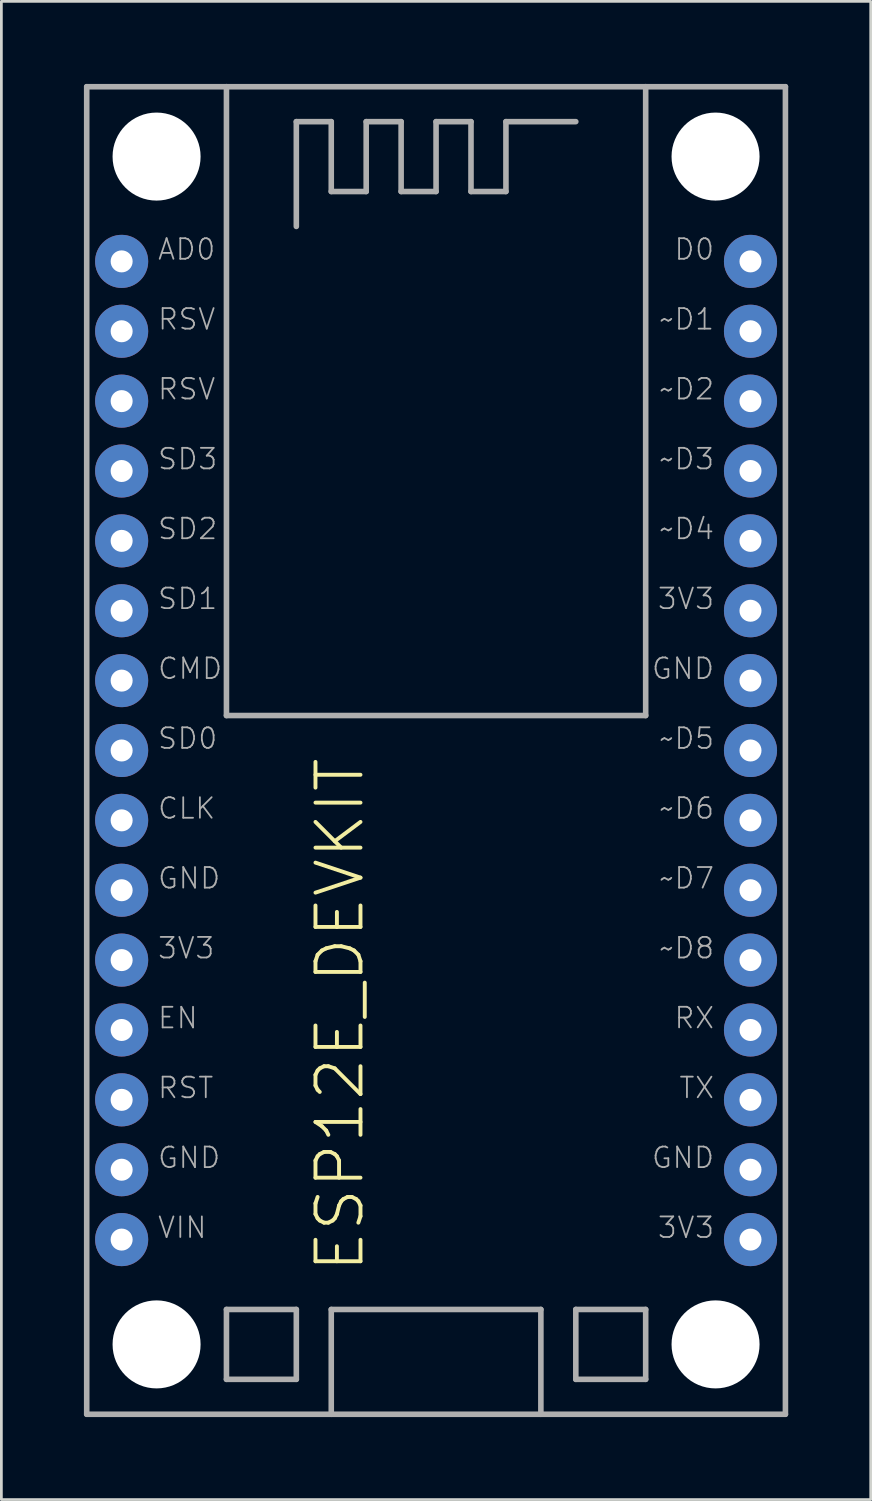
<source format=kicad_pcb>
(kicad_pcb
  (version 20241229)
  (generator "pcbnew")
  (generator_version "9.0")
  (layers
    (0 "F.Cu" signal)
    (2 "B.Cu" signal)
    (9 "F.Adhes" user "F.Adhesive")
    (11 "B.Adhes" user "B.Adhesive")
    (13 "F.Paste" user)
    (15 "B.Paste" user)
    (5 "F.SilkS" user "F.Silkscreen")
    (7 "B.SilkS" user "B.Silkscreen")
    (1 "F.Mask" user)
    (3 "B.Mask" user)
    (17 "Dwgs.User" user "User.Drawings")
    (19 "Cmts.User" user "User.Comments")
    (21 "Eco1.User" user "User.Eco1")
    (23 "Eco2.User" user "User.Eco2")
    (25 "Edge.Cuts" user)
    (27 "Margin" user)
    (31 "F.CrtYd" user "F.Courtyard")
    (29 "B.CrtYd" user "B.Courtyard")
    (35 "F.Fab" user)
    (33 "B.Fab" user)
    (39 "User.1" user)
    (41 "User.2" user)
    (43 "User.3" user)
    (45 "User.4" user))
  (footprint "ESP12E_DEVKIT"
    (layer "F.Cu")
    (at 12.802 24.232)
    (property "Reference" "ESP12E_DEVKIT" (at -2.54 19.05 90) (layer "F.SilkS") (effects (font (size 1.636 1.636) (thickness 0.142)) (justify left bottom)))
    (fp_line (start -12.7 -24.13) (end -7.62 -24.13) (stroke (width 0.203) (type solid)) (layer "F.Fab"))
    (fp_line (start -12.7 24.13) (end -12.7 -24.13) (stroke (width 0.203) (type solid)) (layer "F.Fab"))
    (fp_line (start -12.7 24.13) (end -3.81 24.13) (stroke (width 0.203) (type solid)) (layer "F.Fab"))
    (fp_line (start -7.62 -24.13) (end -7.62 -1.27) (stroke (width 0.203) (type solid)) (layer "F.Fab"))
    (fp_line (start -7.62 -24.13) (end 7.62 -24.13) (stroke (width 0.203) (type solid)) (layer "F.Fab"))
    (fp_line (start -7.62 -1.27) (end 7.62 -1.27) (stroke (width 0.203) (type solid)) (layer "F.Fab"))
    (fp_line (start -7.62 20.32) (end -5.08 20.32) (stroke (width 0.203) (type solid)) (layer "F.Fab"))
    (fp_line (start -7.62 22.86) (end -7.62 20.32) (stroke (width 0.203) (type solid)) (layer "F.Fab"))
    (fp_line (start -5.08 -22.86) (end -3.81 -22.86) (stroke (width 0.203) (type solid)) (layer "F.Fab"))
    (fp_line (start -5.08 -19.05) (end -5.08 -22.86) (stroke (width 0.203) (type solid)) (layer "F.Fab"))
    (fp_line (start -5.08 20.32) (end -5.08 22.86) (stroke (width 0.203) (type solid)) (layer "F.Fab"))
    (fp_line (start -5.08 22.86) (end -7.62 22.86) (stroke (width 0.203) (type solid)) (layer "F.Fab"))
    (fp_line (start -3.81 -22.86) (end -3.81 -20.32) (stroke (width 0.203) (type solid)) (layer "F.Fab"))
    (fp_line (start -3.81 -20.32) (end -2.54 -20.32) (stroke (width 0.203) (type solid)) (layer "F.Fab"))
    (fp_line (start -3.81 20.32) (end 3.81 20.32) (stroke (width 0.203) (type solid)) (layer "F.Fab"))
    (fp_line (start -3.81 24.13) (end -3.81 20.32) (stroke (width 0.203) (type solid)) (layer "F.Fab"))
    (fp_line (start -3.81 24.13) (end 3.81 24.13) (stroke (width 0.203) (type solid)) (layer "F.Fab"))
    (fp_line (start -2.54 -22.86) (end -1.27 -22.86) (stroke (width 0.203) (type solid)) (layer "F.Fab"))
    (fp_line (start -2.54 -20.32) (end -2.54 -22.86) (stroke (width 0.203) (type solid)) (layer "F.Fab"))
    (fp_line (start -1.27 -22.86) (end -1.27 -20.32) (stroke (width 0.203) (type solid)) (layer "F.Fab"))
    (fp_line (start -1.27 -20.32) (end 0 -20.32) (stroke (width 0.203) (type solid)) (layer "F.Fab"))
    (fp_line (start 0 -22.86) (end 1.27 -22.86) (stroke (width 0.203) (type solid)) (layer "F.Fab"))
    (fp_line (start 0 -20.32) (end 0 -22.86) (stroke (width 0.203) (type solid)) (layer "F.Fab"))
    (fp_line (start 1.27 -22.86) (end 1.27 -20.32) (stroke (width 0.203) (type solid)) (layer "F.Fab"))
    (fp_line (start 1.27 -20.32) (end 2.54 -20.32) (stroke (width 0.203) (type solid)) (layer "F.Fab"))
    (fp_line (start 2.54 -22.86) (end 5.08 -22.86) (stroke (width 0.203) (type solid)) (layer "F.Fab"))
    (fp_line (start 2.54 -20.32) (end 2.54 -22.86) (stroke (width 0.203) (type solid)) (layer "F.Fab"))
    (fp_line (start 3.81 20.32) (end 3.81 24.13) (stroke (width 0.203) (type solid)) (layer "F.Fab"))
    (fp_line (start 3.81 24.13) (end 12.7 24.13) (stroke (width 0.203) (type solid)) (layer "F.Fab"))
    (fp_line (start 5.08 20.32) (end 5.08 22.86) (stroke (width 0.203) (type solid)) (layer "F.Fab"))
    (fp_line (start 5.08 22.86) (end 7.62 22.86) (stroke (width 0.203) (type solid)) (layer "F.Fab"))
    (fp_line (start 7.62 -24.13) (end 12.7 -24.13) (stroke (width 0.203) (type solid)) (layer "F.Fab"))
    (fp_line (start 7.62 -1.27) (end 7.62 -24.13) (stroke (width 0.203) (type solid)) (layer "F.Fab"))
    (fp_line (start 7.62 20.32) (end 5.08 20.32) (stroke (width 0.203) (type solid)) (layer "F.Fab"))
    (fp_line (start 7.62 22.86) (end 7.62 20.32) (stroke (width 0.203) (type solid)) (layer "F.Fab"))
    (fp_line (start 12.7 -24.13) (end 12.7 24.13) (stroke (width 0.203) (type solid)) (layer "F.Fab"))
    (fp_text user "~D5" (at 10.16 0 0) (layer "F.Fab") (effects (font (size 0.748 0.748) (thickness 0.065)) (justify right bottom)))
    (fp_text user "3V3" (at 10.16 -5.08 0) (layer "F.Fab") (effects (font (size 0.748 0.748) (thickness 0.065)) (justify right bottom)))
    (fp_text user "RST" (at -10.16 12.7 0) (layer "F.Fab") (effects (font (size 0.748 0.748) (thickness 0.065)) (justify left bottom)))
    (fp_text user "3V3" (at 10.16 17.78 0) (layer "F.Fab") (effects (font (size 0.748 0.748) (thickness 0.065)) (justify right bottom)))
    (fp_text user "AD0" (at -10.16 -17.78 0) (layer "F.Fab") (effects (font (size 0.748 0.748) (thickness 0.065)) (justify left bottom)))
    (fp_text user "CMD" (at -10.16 -2.54 0) (layer "F.Fab") (effects (font (size 0.748 0.748) (thickness 0.065)) (justify left bottom)))
    (fp_text user "~D7" (at 10.16 5.08 0) (layer "F.Fab") (effects (font (size 0.748 0.748) (thickness 0.065)) (justify right bottom)))
    (fp_text user "SD3" (at -10.16 -10.16 0) (layer "F.Fab") (effects (font (size 0.748 0.748) (thickness 0.065)) (justify left bottom)))
    (fp_text user "D0" (at 10.16 -17.78 0) (layer "F.Fab") (effects (font (size 0.748 0.748) (thickness 0.065)) (justify right bottom)))
    (fp_text user "~D2" (at 10.16 -12.7 0) (layer "F.Fab") (effects (font (size 0.748 0.748) (thickness 0.065)) (justify right bottom)))
    (fp_text user "TX" (at 10.16 12.7 0) (layer "F.Fab") (effects (font (size 0.748 0.748) (thickness 0.065)) (justify right bottom)))
    (fp_text user "SD1" (at -10.16 -5.08 0) (layer "F.Fab") (effects (font (size 0.748 0.748) (thickness 0.065)) (justify left bottom)))
    (fp_text user "GND" (at -10.16 15.24 0) (layer "F.Fab") (effects (font (size 0.748 0.748) (thickness 0.065)) (justify left bottom)))
    (fp_text user "~D3" (at 10.16 -10.16 0) (layer "F.Fab") (effects (font (size 0.748 0.748) (thickness 0.065)) (justify right bottom)))
    (fp_text user "VIN" (at -10.16 17.78 0) (layer "F.Fab") (effects (font (size 0.748 0.748) (thickness 0.065)) (justify left bottom)))
    (fp_text user "RSV" (at -10.16 -15.24 0) (layer "F.Fab") (effects (font (size 0.748 0.748) (thickness 0.065)) (justify left bottom)))
    (fp_text user "GND" (at -10.16 5.08 0) (layer "F.Fab") (effects (font (size 0.748 0.748) (thickness 0.065)) (justify left bottom)))
    (fp_text user "EN" (at -10.16 10.16 0) (layer "F.Fab") (effects (font (size 0.748 0.748) (thickness 0.065)) (justify left bottom)))
    (fp_text user "~D6" (at 10.16 2.54 0) (layer "F.Fab") (effects (font (size 0.748 0.748) (thickness 0.065)) (justify right bottom)))
    (fp_text user "RX" (at 10.16 10.16 0) (layer "F.Fab") (effects (font (size 0.748 0.748) (thickness 0.065)) (justify right bottom)))
    (fp_text user "GND" (at 10.16 -2.54 0) (layer "F.Fab") (effects (font (size 0.748 0.748) (thickness 0.065)) (justify right bottom)))
    (fp_text user "GND" (at 10.16 15.24 0) (layer "F.Fab") (effects (font (size 0.748 0.748) (thickness 0.065)) (justify right bottom)))
    (fp_text user "SD0" (at -10.16 0 0) (layer "F.Fab") (effects (font (size 0.748 0.748) (thickness 0.065)) (justify left bottom)))
    (fp_text user "~D8" (at 10.16 7.62 0) (layer "F.Fab") (effects (font (size 0.748 0.748) (thickness 0.065)) (justify right bottom)))
    (fp_text user "~D1" (at 10.16 -15.24 0) (layer "F.Fab") (effects (font (size 0.748 0.748) (thickness 0.065)) (justify right bottom)))
    (fp_text user "SD2" (at -10.16 -7.62 0) (layer "F.Fab") (effects (font (size 0.748 0.748) (thickness 0.065)) (justify left bottom)))
    (fp_text user "~D4" (at 10.16 -7.62 0) (layer "F.Fab") (effects (font (size 0.748 0.748) (thickness 0.065)) (justify right bottom)))
    (fp_text user "CLK" (at -10.16 2.54 0) (layer "F.Fab") (effects (font (size 0.748 0.748) (thickness 0.065)) (justify left bottom)))
    (fp_text user "3V3" (at -10.16 7.62 0) (layer "F.Fab") (effects (font (size 0.748 0.748) (thickness 0.065)) (justify left bottom)))
    (fp_text user "RSV" (at -10.16 -12.7 0) (layer "F.Fab") (effects (font (size 0.748 0.748) (thickness 0.065)) (justify left bottom)))
    (pad "" np_thru_hole circle (at -10.16 -21.59) (size 3.2 3.2) (drill 3.2) (layers "*.Cu" "*.Mask"))
    (pad "" np_thru_hole circle (at -10.16 21.59) (size 3.2 3.2) (drill 3.2) (layers "*.Cu" "*.Mask"))
    (pad "" np_thru_hole circle (at 10.16 -21.59) (size 3.2 3.2) (drill 3.2) (layers "*.Cu" "*.Mask"))
    (pad "" np_thru_hole circle (at 10.16 21.59) (size 3.2 3.2) (drill 3.2) (layers "*.Cu" "*.Mask"))
    (pad "3V3@0" thru_hole circle (at -11.43 7.62) (size 1.93 1.93) (drill 0.8) (layers "*.Cu" "*.Mask"))
    (pad "3V3@1" thru_hole circle (at 11.43 -5.08) (size 1.93 1.93) (drill 0.8) (layers "*.Cu" "*.Mask"))
    (pad "3V3@2" thru_hole circle (at 11.43 17.78) (size 1.93 1.93) (drill 0.8) (layers "*.Cu" "*.Mask"))
    (pad "AD0" thru_hole circle (at -11.43 -17.78) (size 1.93 1.93) (drill 0.8) (layers "*.Cu" "*.Mask"))
    (pad "CLK" thru_hole circle (at -11.43 2.54) (size 1.93 1.93) (drill 0.8) (layers "*.Cu" "*.Mask"))
    (pad "CMD" thru_hole circle (at -11.43 -2.54) (size 1.93 1.93) (drill 0.8) (layers "*.Cu" "*.Mask"))
    (pad "D0" thru_hole circle (at 11.43 -17.78) (size 1.93 1.93) (drill 0.8) (layers "*.Cu" "*.Mask"))
    (pad "D1" thru_hole circle (at 11.43 -15.24) (size 1.93 1.93) (drill 0.8) (layers "*.Cu" "*.Mask"))
    (pad "D2" thru_hole circle (at 11.43 -12.7) (size 1.93 1.93) (drill 0.8) (layers "*.Cu" "*.Mask"))
    (pad "D3" thru_hole circle (at 11.43 -10.16) (size 1.93 1.93) (drill 0.8) (layers "*.Cu" "*.Mask"))
    (pad "D4" thru_hole circle (at 11.43 -7.62) (size 1.93 1.93) (drill 0.8) (layers "*.Cu" "*.Mask"))
    (pad "D5" thru_hole circle (at 11.43 0) (size 1.93 1.93) (drill 0.8) (layers "*.Cu" "*.Mask"))
    (pad "D6" thru_hole circle (at 11.43 2.54) (size 1.93 1.93) (drill 0.8) (layers "*.Cu" "*.Mask"))
    (pad "D7" thru_hole circle (at 11.43 5.08) (size 1.93 1.93) (drill 0.8) (layers "*.Cu" "*.Mask"))
    (pad "D8" thru_hole circle (at 11.43 7.62) (size 1.93 1.93) (drill 0.8) (layers "*.Cu" "*.Mask"))
    (pad "EN" thru_hole circle (at -11.43 10.16) (size 1.93 1.93) (drill 0.8) (layers "*.Cu" "*.Mask"))
    (pad "GND@0" thru_hole circle (at -11.43 5.08) (size 1.93 1.93) (drill 0.8) (layers "*.Cu" "*.Mask"))
    (pad "GND@1" thru_hole circle (at -11.43 15.24) (size 1.93 1.93) (drill 0.8) (layers "*.Cu" "*.Mask"))
    (pad "GND@2" thru_hole circle (at 11.43 -2.54) (size 1.93 1.93) (drill 0.8) (layers "*.Cu" "*.Mask"))
    (pad "GND@3" thru_hole circle (at 11.43 15.24) (size 1.93 1.93) (drill 0.8) (layers "*.Cu" "*.Mask"))
    (pad "RST" thru_hole circle (at -11.43 12.7) (size 1.93 1.93) (drill 0.8) (layers "*.Cu" "*.Mask"))
    (pad "RSV@0" thru_hole circle (at -11.43 -15.24) (size 1.93 1.93) (drill 0.8) (layers "*.Cu" "*.Mask"))
    (pad "RSV@1" thru_hole circle (at -11.43 -12.7) (size 1.93 1.93) (drill 0.8) (layers "*.Cu" "*.Mask"))
    (pad "RX" thru_hole circle (at 11.43 10.16) (size 1.93 1.93) (drill 0.8) (layers "*.Cu" "*.Mask"))
    (pad "SD0" thru_hole circle (at -11.43 0) (size 1.93 1.93) (drill 0.8) (layers "*.Cu" "*.Mask"))
    (pad "SD1" thru_hole circle (at -11.43 -5.08) (size 1.93 1.93) (drill 0.8) (layers "*.Cu" "*.Mask"))
    (pad "SD2" thru_hole circle (at -11.43 -7.62) (size 1.93 1.93) (drill 0.8) (layers "*.Cu" "*.Mask"))
    (pad "SD3" thru_hole circle (at -11.43 -10.16) (size 1.93 1.93) (drill 0.8) (layers "*.Cu" "*.Mask"))
    (pad "TX" thru_hole circle (at 11.43 12.7) (size 1.93 1.93) (drill 0.8) (layers "*.Cu" "*.Mask"))
    (pad "VIN" thru_hole circle (at -11.43 17.78) (size 1.93 1.93) (drill 0.8) (layers "*.Cu" "*.Mask")))
  (gr_rect
    (start -3 -3)
    (end 28.603 51.463)
    (stroke (width 0.1) (type default))
    (fill no)
    (layer "Edge.Cuts")))
</source>
